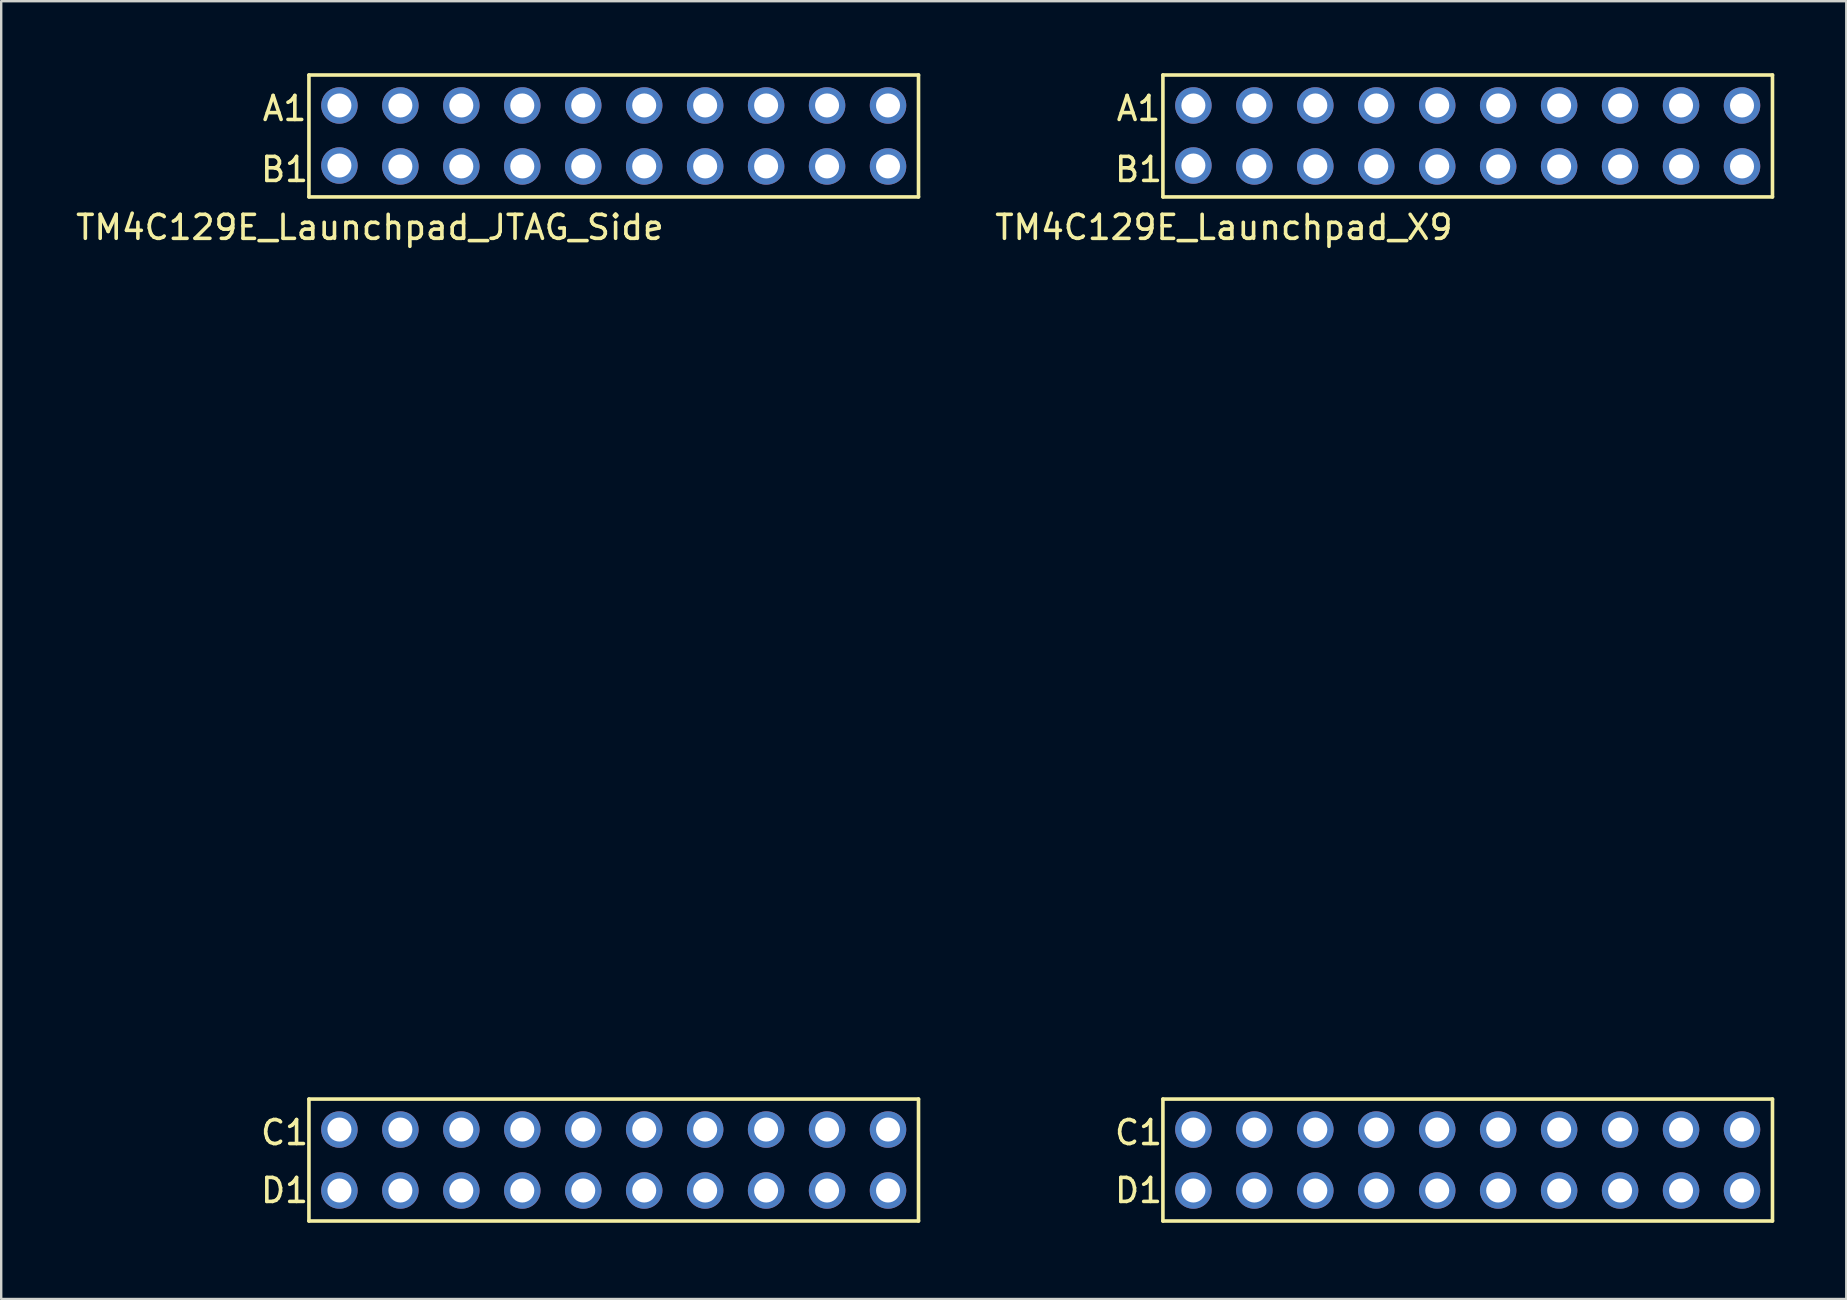
<source format=kicad_pcb>
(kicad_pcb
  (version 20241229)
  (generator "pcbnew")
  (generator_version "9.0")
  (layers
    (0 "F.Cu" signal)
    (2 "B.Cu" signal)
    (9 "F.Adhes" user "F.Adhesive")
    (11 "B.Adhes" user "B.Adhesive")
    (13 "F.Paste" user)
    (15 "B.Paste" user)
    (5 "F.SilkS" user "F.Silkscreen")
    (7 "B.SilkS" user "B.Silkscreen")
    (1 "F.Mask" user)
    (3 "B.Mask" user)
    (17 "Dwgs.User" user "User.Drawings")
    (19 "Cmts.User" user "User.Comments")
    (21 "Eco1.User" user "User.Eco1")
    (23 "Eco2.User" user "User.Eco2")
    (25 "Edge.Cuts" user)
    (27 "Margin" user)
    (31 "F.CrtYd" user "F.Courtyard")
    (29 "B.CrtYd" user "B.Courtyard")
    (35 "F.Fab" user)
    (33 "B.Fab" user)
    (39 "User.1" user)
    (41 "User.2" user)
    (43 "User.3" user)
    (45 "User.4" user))
  (footprint "TM4C129E_Launchpad_JTAG_Side"
    (layer "F.Cu")
    (at 9.823 47.827)
    (property "Reference" "TM4C129E_Launchpad_JTAG_Side" (at 2.54 -41.402 0) (layer "F.SilkS") (effects (font (size 1 1) (thickness 0.15))))
    (attr through_hole)
    (fp_line (start 0 -47.752) (end 0 -42.672) (stroke (width 0.15) (type solid)) (layer "F.SilkS"))
    (fp_line (start 0 -42.672) (end 25.4 -42.672) (stroke (width 0.15) (type solid)) (layer "F.SilkS"))
    (fp_line (start 0 -5.08) (end 0 0) (stroke (width 0.15) (type solid)) (layer "F.SilkS"))
    (fp_line (start 0 0) (end 25.4 0) (stroke (width 0.15) (type solid)) (layer "F.SilkS"))
    (fp_line (start 25.4 -47.752) (end 0 -47.752) (stroke (width 0.15) (type solid)) (layer "F.SilkS"))
    (fp_line (start 25.4 -42.672) (end 25.4 -47.752) (stroke (width 0.15) (type solid)) (layer "F.SilkS"))
    (fp_line (start 25.4 -5.08) (end 0 -5.08) (stroke (width 0.15) (type solid)) (layer "F.SilkS"))
    (fp_line (start 25.4 0) (end 25.4 -5.08) (stroke (width 0.15) (type solid)) (layer "F.SilkS"))
    (fp_text user "D1" (at -1.016 -1.27 0) (layer "F.SilkS") (effects (font (size 1 1) (thickness 0.15))))
    (fp_text user "C1" (at -1.016 -3.683 0) (layer "F.SilkS") (effects (font (size 1 1) (thickness 0.15))))
    (fp_text user "A1" (at -1.016 -46.355 0) (layer "F.SilkS") (effects (font (size 1 1) (thickness 0.15))))
    (fp_text user "B1" (at -1.016 -43.815 0) (layer "F.SilkS") (effects (font (size 1 1) (thickness 0.15))))
    (pad "+3V3" thru_hole circle (at 24.13 -46.482) (size 1.52 1.52) (drill 1) (layers "*.Cu" "*.Mask" "F.Paste"))
    (pad "+5v" thru_hole circle (at 24.13 -43.942) (size 1.52 1.52) (drill 1) (layers "*.Cu" "*.Mask" "F.Paste"))
    (pad "GND" thru_hole circle (at 21.59 -43.942) (size 1.52 1.52) (drill 1) (layers "*.Cu" "*.Mask" "F.Paste"))
    (pad "GND" thru_hole circle (at 24.13 -1.27) (size 1.52 1.52) (drill 1) (layers "*.Cu" "*.Mask" "F.Paste"))
    (pad "PA6" thru_hole circle (at 6.35 -43.942) (size 1.52 1.52) (drill 1) (layers "*.Cu" "*.Mask" "F.Paste"))
    (pad "PB2" thru_hole circle (at 3.81 -46.482) (size 1.52 1.52) (drill 1) (layers "*.Cu" "*.Mask" "F.Paste"))
    (pad "PB3" thru_hole circle (at 1.27 -46.482) (size 1.52 1.52) (drill 1) (layers "*.Cu" "*.Mask" "F.Paste"))
    (pad "PC4" thru_hole circle (at 19.05 -46.482) (size 1.52 1.52) (drill 1) (layers "*.Cu" "*.Mask" "F.Paste"))
    (pad "PC5" thru_hole circle (at 16.51 -46.482) (size 1.52 1.52) (drill 1) (layers "*.Cu" "*.Mask" "F.Paste"))
    (pad "PC6" thru_hole circle (at 13.97 -46.482) (size 1.52 1.52) (drill 1) (layers "*.Cu" "*.Mask" "F.Paste"))
    (pad "PC7" thru_hole circle (at 6.35 -46.482) (size 1.52 1.52) (drill 1) (layers "*.Cu" "*.Mask" "F.Paste"))
    (pad "PD0" thru_hole circle (at 8.89 -1.27) (size 1.52 1.52) (drill 1) (layers "*.Cu" "*.Mask" "F.Paste"))
    (pad "PD1" thru_hole circle (at 11.43 -1.27) (size 1.52 1.52) (drill 1) (layers "*.Cu" "*.Mask" "F.Paste"))
    (pad "PD3" thru_hole circle (at 8.89 -46.482) (size 1.52 1.52) (drill 1) (layers "*.Cu" "*.Mask" "F.Paste"))
    (pad "PD7" thru_hole circle (at 8.89 -43.942) (size 1.52 1.52) (drill 1) (layers "*.Cu" "*.Mask" "F.Paste"))
    (pad "PE0" thru_hole circle (at 19.05 -43.942) (size 1.52 1.52) (drill 1) (layers "*.Cu" "*.Mask" "F.Paste"))
    (pad "PE1" thru_hole circle (at 16.51 -43.942) (size 1.52 1.52) (drill 1) (layers "*.Cu" "*.Mask" "F.Paste"))
    (pad "PE2" thru_hole circle (at 13.97 -43.942) (size 1.52 1.52) (drill 1) (layers "*.Cu" "*.Mask" "F.Paste"))
    (pad "PE3" thru_hole circle (at 11.43 -43.942) (size 1.52 1.52) (drill 1) (layers "*.Cu" "*.Mask" "F.Paste"))
    (pad "PE4" thru_hole circle (at 21.59 -46.482) (size 1.52 1.52) (drill 1) (layers "*.Cu" "*.Mask" "F.Paste"))
    (pad "PE5" thru_hole circle (at 11.43 -46.482) (size 1.52 1.52) (drill 1) (layers "*.Cu" "*.Mask" "F.Paste"))
    (pad "PF1" thru_hole circle (at 24.13 -3.81) (size 1.52 1.52) (drill 1) (layers "*.Cu" "*.Mask" "F.Paste"))
    (pad "PF2" thru_hole circle (at 21.59 -3.81) (size 1.52 1.52) (drill 1) (layers "*.Cu" "*.Mask" "F.Paste"))
    (pad "PF3" thru_hole circle (at 19.05 -3.81) (size 1.52 1.52) (drill 1) (layers "*.Cu" "*.Mask" "F.Paste"))
    (pad "PG0" thru_hole circle (at 16.51 -3.81) (size 1.52 1.52) (drill 1) (layers "*.Cu" "*.Mask" "F.Paste"))
    (pad "PH2" thru_hole circle (at 19.05 -1.27) (size 1.52 1.52) (drill 1) (layers "*.Cu" "*.Mask" "F.Paste"))
    (pad "PH3" thru_hole circle (at 16.51 -1.27) (size 1.52 1.52) (drill 1) (layers "*.Cu" "*.Mask" "F.Paste"))
    (pad "PL0" thru_hole circle (at 8.89 -3.81) (size 1.52 1.52) (drill 1) (layers "*.Cu" "*.Mask" "F.Paste"))
    (pad "PL1" thru_hole circle (at 6.35 -3.81) (size 1.52 1.52) (drill 1) (layers "*.Cu" "*.Mask" "F.Paste"))
    (pad "PL2" thru_hole circle (at 3.81 -3.81) (size 1.52 1.52) (drill 1) (layers "*.Cu" "*.Mask" "F.Paste"))
    (pad "PL3" thru_hole circle (at 1.27 -3.81) (size 1.52 1.52) (drill 1) (layers "*.Cu" "*.Mask" "F.Paste"))
    (pad "PL4" thru_hole circle (at 13.97 -3.81) (size 1.52 1.52) (drill 1) (layers "*.Cu" "*.Mask" "F.Paste"))
    (pad "PL5" thru_hole circle (at 11.43 -3.81) (size 1.52 1.52) (drill 1) (layers "*.Cu" "*.Mask" "F.Paste"))
    (pad "PM3" thru_hole circle (at 21.59 -1.27) (size 1.52 1.52) (drill 1) (layers "*.Cu" "*.Mask" "F.Paste"))
    (pad "PM4" thru_hole circle (at 3.81 -43.942) (size 1.52 1.52) (drill 1) (layers "*.Cu" "*.Mask" "F.Paste"))
    (pad "PM5" thru_hole circle (at 1.27 -43.98) (size 1.52 1.52) (drill 1) (layers "*.Cu" "*.Mask" "F.Paste"))
    (pad "PN2" thru_hole circle (at 6.35 -1.27) (size 1.52 1.52) (drill 1) (layers "*.Cu" "*.Mask" "F.Paste"))
    (pad "PP2" thru_hole circle (at 1.27 -1.27) (size 1.52 1.52) (drill 1) (layers "*.Cu" "*.Mask" "F.Paste"))
    (pad "PQ1" thru_hole circle (at 3.81 -1.27) (size 1.52 1.52) (drill 1) (layers "*.Cu" "*.Mask" "F.Paste"))
    (pad "Rese" thru_hole circle (at 13.97 -1.27) (size 1.52 1.52) (drill 1) (layers "*.Cu" "*.Mask" "F.Paste")))
  (footprint "TM4C129E_Launchpad_X9"
    (layer "F.Cu")
    (at 45.407 47.827)
    (property "Reference" "TM4C129E_Launchpad_X9" (at 2.54 -41.402 0) (layer "F.SilkS") (effects (font (size 1 1) (thickness 0.15))))
    (attr through_hole)
    (fp_line (start 0 -47.752) (end 0 -42.672) (stroke (width 0.15) (type solid)) (layer "F.SilkS"))
    (fp_line (start 0 -42.672) (end 25.4 -42.672) (stroke (width 0.15) (type solid)) (layer "F.SilkS"))
    (fp_line (start 0 -5.08) (end 0 0) (stroke (width 0.15) (type solid)) (layer "F.SilkS"))
    (fp_line (start 0 0) (end 25.4 0) (stroke (width 0.15) (type solid)) (layer "F.SilkS"))
    (fp_line (start 25.4 -47.752) (end 0 -47.752) (stroke (width 0.15) (type solid)) (layer "F.SilkS"))
    (fp_line (start 25.4 -42.672) (end 25.4 -47.752) (stroke (width 0.15) (type solid)) (layer "F.SilkS"))
    (fp_line (start 25.4 -5.08) (end 0 -5.08) (stroke (width 0.15) (type solid)) (layer "F.SilkS"))
    (fp_line (start 25.4 0) (end 25.4 -5.08) (stroke (width 0.15) (type solid)) (layer "F.SilkS"))
    (fp_text user "C1" (at -1.016 -3.683 0) (layer "F.SilkS") (effects (font (size 1 1) (thickness 0.15))))
    (fp_text user "A1" (at -1.016 -46.355 0) (layer "F.SilkS") (effects (font (size 1 1) (thickness 0.15))))
    (fp_text user "B1" (at -1.016 -43.815 0) (layer "F.SilkS") (effects (font (size 1 1) (thickness 0.15))))
    (fp_text user "D1" (at -1.016 -1.27 0) (layer "F.SilkS") (effects (font (size 1 1) (thickness 0.15))))
    (pad "+3V3" thru_hole circle (at 24.13 -46.482) (size 1.52 1.52) (drill 1) (layers "*.Cu" "*.Mask" "F.Paste"))
    (pad "+5v" thru_hole circle (at 24.13 -43.942) (size 1.52 1.52) (drill 1) (layers "*.Cu" "*.Mask" "F.Paste"))
    (pad "GND" thru_hole circle (at 21.59 -43.942) (size 1.52 1.52) (drill 1) (layers "*.Cu" "*.Mask" "F.Paste"))
    (pad "GND" thru_hole circle (at 24.13 -1.27) (size 1.52 1.52) (drill 1) (layers "*.Cu" "*.Mask" "F.Paste"))
    (pad "PA6" thru_hole circle (at 6.35 -43.942) (size 1.52 1.52) (drill 1) (layers "*.Cu" "*.Mask" "F.Paste"))
    (pad "PB2" thru_hole circle (at 3.81 -46.482) (size 1.52 1.52) (drill 1) (layers "*.Cu" "*.Mask" "F.Paste"))
    (pad "PB3" thru_hole circle (at 1.27 -46.482) (size 1.52 1.52) (drill 1) (layers "*.Cu" "*.Mask" "F.Paste"))
    (pad "PC4" thru_hole circle (at 19.05 -46.482) (size 1.52 1.52) (drill 1) (layers "*.Cu" "*.Mask" "F.Paste"))
    (pad "PC5" thru_hole circle (at 16.51 -46.482) (size 1.52 1.52) (drill 1) (layers "*.Cu" "*.Mask" "F.Paste"))
    (pad "PC6" thru_hole circle (at 13.97 -46.482) (size 1.52 1.52) (drill 1) (layers "*.Cu" "*.Mask" "F.Paste"))
    (pad "PC7" thru_hole circle (at 6.35 -46.482) (size 1.52 1.52) (drill 1) (layers "*.Cu" "*.Mask" "F.Paste"))
    (pad "PD0" thru_hole circle (at 8.89 -1.27) (size 1.52 1.52) (drill 1) (layers "*.Cu" "*.Mask" "F.Paste"))
    (pad "PD1" thru_hole circle (at 11.43 -1.27) (size 1.52 1.52) (drill 1) (layers "*.Cu" "*.Mask" "F.Paste"))
    (pad "PD3" thru_hole circle (at 8.89 -46.482) (size 1.52 1.52) (drill 1) (layers "*.Cu" "*.Mask" "F.Paste"))
    (pad "PD7" thru_hole circle (at 8.89 -43.942) (size 1.52 1.52) (drill 1) (layers "*.Cu" "*.Mask" "F.Paste"))
    (pad "PE0" thru_hole circle (at 19.05 -43.942) (size 1.52 1.52) (drill 1) (layers "*.Cu" "*.Mask" "F.Paste"))
    (pad "PE1" thru_hole circle (at 16.51 -43.942) (size 1.52 1.52) (drill 1) (layers "*.Cu" "*.Mask" "F.Paste"))
    (pad "PE2" thru_hole circle (at 13.97 -43.942) (size 1.52 1.52) (drill 1) (layers "*.Cu" "*.Mask" "F.Paste"))
    (pad "PE3" thru_hole circle (at 11.43 -43.942) (size 1.52 1.52) (drill 1) (layers "*.Cu" "*.Mask" "F.Paste"))
    (pad "PE4" thru_hole circle (at 21.59 -46.482) (size 1.52 1.52) (drill 1) (layers "*.Cu" "*.Mask" "F.Paste"))
    (pad "PE5" thru_hole circle (at 11.43 -46.482) (size 1.52 1.52) (drill 1) (layers "*.Cu" "*.Mask" "F.Paste"))
    (pad "PF1" thru_hole circle (at 24.13 -3.81) (size 1.52 1.52) (drill 1) (layers "*.Cu" "*.Mask" "F.Paste"))
    (pad "PF2" thru_hole circle (at 21.59 -3.81) (size 1.52 1.52) (drill 1) (layers "*.Cu" "*.Mask" "F.Paste"))
    (pad "PF3" thru_hole circle (at 19.05 -3.81) (size 1.52 1.52) (drill 1) (layers "*.Cu" "*.Mask" "F.Paste"))
    (pad "PG0" thru_hole circle (at 16.51 -3.81) (size 1.52 1.52) (drill 1) (layers "*.Cu" "*.Mask" "F.Paste"))
    (pad "PH2" thru_hole circle (at 19.05 -1.27) (size 1.52 1.52) (drill 1) (layers "*.Cu" "*.Mask" "F.Paste"))
    (pad "PH3" thru_hole circle (at 16.51 -1.27) (size 1.52 1.52) (drill 1) (layers "*.Cu" "*.Mask" "F.Paste"))
    (pad "PL0" thru_hole circle (at 8.89 -3.81) (size 1.52 1.52) (drill 1) (layers "*.Cu" "*.Mask" "F.Paste"))
    (pad "PL1" thru_hole circle (at 6.35 -3.81) (size 1.52 1.52) (drill 1) (layers "*.Cu" "*.Mask" "F.Paste"))
    (pad "PL2" thru_hole circle (at 3.81 -3.81) (size 1.52 1.52) (drill 1) (layers "*.Cu" "*.Mask" "F.Paste"))
    (pad "PL3" thru_hole circle (at 1.27 -3.81) (size 1.52 1.52) (drill 1) (layers "*.Cu" "*.Mask" "F.Paste"))
    (pad "PL4" thru_hole circle (at 13.97 -3.81) (size 1.52 1.52) (drill 1) (layers "*.Cu" "*.Mask" "F.Paste"))
    (pad "PL5" thru_hole circle (at 11.43 -3.81) (size 1.52 1.52) (drill 1) (layers "*.Cu" "*.Mask" "F.Paste"))
    (pad "PM3" thru_hole circle (at 21.59 -1.27) (size 1.52 1.52) (drill 1) (layers "*.Cu" "*.Mask" "F.Paste"))
    (pad "PM4" thru_hole circle (at 3.81 -43.942) (size 1.52 1.52) (drill 1) (layers "*.Cu" "*.Mask" "F.Paste"))
    (pad "PM5" thru_hole circle (at 1.27 -43.98) (size 1.52 1.52) (drill 1) (layers "*.Cu" "*.Mask" "F.Paste"))
    (pad "PN2" thru_hole circle (at 6.35 -1.27) (size 1.52 1.52) (drill 1) (layers "*.Cu" "*.Mask" "F.Paste"))
    (pad "PP2" thru_hole circle (at 1.27 -1.27) (size 1.52 1.52) (drill 1) (layers "*.Cu" "*.Mask" "F.Paste"))
    (pad "PQ1" thru_hole circle (at 3.81 -1.27) (size 1.52 1.52) (drill 1) (layers "*.Cu" "*.Mask" "F.Paste"))
    (pad "Rese" thru_hole circle (at 13.97 -1.27) (size 1.52 1.52) (drill 1) (layers "*.Cu" "*.Mask" "F.Paste")))
  (gr_rect
    (start -3 -3)
    (end 73.882 51.077)
    (stroke (width 0.1) (type default))
    (fill no)
    (layer "Edge.Cuts")))
</source>
